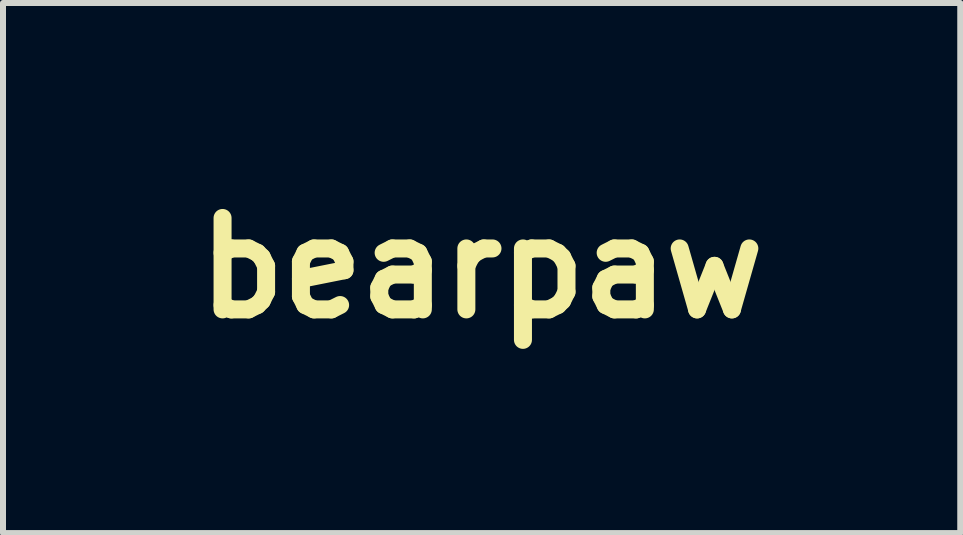
<source format=kicad_pcb>
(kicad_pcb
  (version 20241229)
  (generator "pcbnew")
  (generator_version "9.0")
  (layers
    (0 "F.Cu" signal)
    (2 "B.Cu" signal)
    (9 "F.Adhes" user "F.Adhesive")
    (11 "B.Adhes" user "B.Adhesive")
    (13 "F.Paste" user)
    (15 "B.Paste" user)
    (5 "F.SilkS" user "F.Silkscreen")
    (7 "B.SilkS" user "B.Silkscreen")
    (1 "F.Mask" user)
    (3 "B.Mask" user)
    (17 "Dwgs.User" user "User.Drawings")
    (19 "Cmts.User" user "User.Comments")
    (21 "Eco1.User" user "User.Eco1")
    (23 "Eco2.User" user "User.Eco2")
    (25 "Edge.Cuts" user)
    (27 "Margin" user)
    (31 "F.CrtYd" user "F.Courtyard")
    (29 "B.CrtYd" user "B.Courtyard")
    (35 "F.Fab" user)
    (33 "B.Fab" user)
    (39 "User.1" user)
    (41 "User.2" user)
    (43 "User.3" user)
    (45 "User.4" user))
  (footprint "bearpaw"
    (layer "F.Cu")
    (at 4.978 1.418)
    (property "Reference" "bearpaw" (at 0 0 0) (layer "F.SilkS") (effects (font (size 1.524 1.524) (thickness 0.3))))
    (attr through_hole)
    (fp_poly (pts (xy 0.605 -0.665) (xy 0.609 -0.663) (xy 0.616 -0.658) (xy 0.627 -0.651) (xy 0.634 -0.648) (xy 0.642 -0.644) (xy 0.646 -0.641) (xy 0.652 -0.636) (xy 0.657 -0.632) (xy 0.685 -0.611) (xy 0.713 -0.587) (xy 0.738 -0.562) (xy 0.761 -0.536) (xy 0.774 -0.519) (xy 0.779 -0.511) (xy 0.783 -0.506) (xy 0.784 -0.505) (xy 0.787 -0.501) (xy 0.791 -0.494) (xy 0.797 -0.483) (xy 0.8 -0.478) (xy 0.806 -0.466) (xy 0.812 -0.456) (xy 0.815 -0.449) (xy 0.816 -0.448) (xy 0.82 -0.44) (xy 0.824 -0.43) (xy 0.828 -0.42) (xy 0.831 -0.412) (xy 0.832 -0.409) (xy 0.834 -0.403) (xy 0.837 -0.399) (xy 0.84 -0.391) (xy 0.841 -0.384) (xy 0.843 -0.377) (xy 0.845 -0.373) (xy 0.847 -0.367) (xy 0.851 -0.357) (xy 0.855 -0.341) (xy 0.859 -0.322) (xy 0.859 -0.32) (xy 0.86 -0.311) (xy 0.856 -0.307) (xy 0.847 -0.306) (xy 0.835 -0.307) (xy 0.826 -0.31) (xy 0.821 -0.313) (xy 0.816 -0.315) (xy 0.808 -0.316) (xy 0.797 -0.317) (xy 0.781 -0.318) (xy 0.759 -0.318) (xy 0.758 -0.318) (xy 0.703 -0.319) (xy 0.701 -0.341) (xy 0.698 -0.372) (xy 0.694 -0.396) (xy 0.691 -0.415) (xy 0.688 -0.428) (xy 0.687 -0.429) (xy 0.684 -0.44) (xy 0.683 -0.449) (xy 0.683 -0.45) (xy 0.681 -0.459) (xy 0.678 -0.465) (xy 0.674 -0.473) (xy 0.673 -0.48) (xy 0.671 -0.488) (xy 0.668 -0.492) (xy 0.664 -0.499) (xy 0.664 -0.502) (xy 0.663 -0.506) (xy 0.662 -0.51) (xy 0.659 -0.517) (xy 0.655 -0.526) (xy 0.648 -0.539) (xy 0.644 -0.548) (xy 0.642 -0.555) (xy 0.641 -0.557) (xy 0.64 -0.561) (xy 0.638 -0.562) (xy 0.636 -0.565) (xy 0.634 -0.572) (xy 0.633 -0.573) (xy 0.631 -0.581) (xy 0.627 -0.585) (xy 0.627 -0.585) (xy 0.623 -0.59) (xy 0.622 -0.593) (xy 0.62 -0.6) (xy 0.618 -0.603) (xy 0.613 -0.609) (xy 0.613 -0.612) (xy 0.611 -0.618) (xy 0.606 -0.625) (xy 0.606 -0.625) (xy 0.602 -0.632) (xy 0.6 -0.637) (xy 0.6 -0.637) (xy 0.598 -0.641) (xy 0.597 -0.641) (xy 0.594 -0.644) (xy 0.594 -0.646) (xy 0.592 -0.652) (xy 0.589 -0.655) (xy 0.586 -0.661) (xy 0.586 -0.664) (xy 0.59 -0.666) (xy 0.598 -0.667) (xy 0.605 -0.665)) (stroke (width 0.01) (type solid)) (fill yes) (layer "F.Mask"))
    (fp_poly (pts (xy -0.891 -0.377) (xy -0.89 -0.373) (xy -0.89 -0.363) (xy -0.889 -0.349) (xy -0.889 -0.331) (xy -0.888 -0.31) (xy -0.887 -0.287) (xy -0.887 -0.285) (xy -0.887 -0.254) (xy -0.886 -0.229) (xy -0.884 -0.209) (xy -0.883 -0.194) (xy -0.881 -0.185) (xy -0.881 -0.182) (xy -0.878 -0.17) (xy -0.876 -0.159) (xy -0.876 -0.155) (xy -0.875 -0.144) (xy -0.872 -0.132) (xy -0.872 -0.131) (xy -0.869 -0.122) (xy -0.865 -0.11) (xy -0.861 -0.096) (xy -0.86 -0.095) (xy -0.856 -0.083) (xy -0.852 -0.072) (xy -0.849 -0.064) (xy -0.849 -0.064) (xy -0.846 -0.056) (xy -0.845 -0.051) (xy -0.843 -0.045) (xy -0.84 -0.042) (xy -0.836 -0.035) (xy -0.834 -0.027) (xy -0.833 -0.02) (xy -0.835 -0.016) (xy -0.84 -0.013) (xy -0.845 -0.01) (xy -0.854 -0.006) (xy -0.861 -0.004) (xy -0.863 -0.003) (xy -0.868 -0.002) (xy -0.877 0.002) (xy -0.887 0.007) (xy -0.896 0.013) (xy -0.904 0.018) (xy -0.907 0.021) (xy -0.91 0.024) (xy -0.912 0.024) (xy -0.914 0.024) (xy -0.914 0.025) (xy -0.917 0.028) (xy -0.918 0.029) (xy -0.922 0.031) (xy -0.929 0.037) (xy -0.937 0.045) (xy -0.938 0.046) (xy -0.95 0.057) (xy -0.959 0.063) (xy -0.966 0.063) (xy -0.97 0.057) (xy -0.97 0.055) (xy -0.972 0.046) (xy -0.975 0.035) (xy -0.975 0.033) (xy -0.979 0.018) (xy -0.982 -0.001) (xy -0.986 -0.023) (xy -0.99 -0.046) (xy -0.991 -0.059) (xy -0.993 -0.078) (xy -0.993 -0.098) (xy -0.992 -0.121) (xy -0.991 -0.126) (xy -0.989 -0.152) (xy -0.986 -0.174) (xy -0.983 -0.192) (xy -0.981 -0.206) (xy -0.979 -0.213) (xy -0.978 -0.214) (xy -0.976 -0.219) (xy -0.973 -0.228) (xy -0.973 -0.232) (xy -0.97 -0.242) (xy -0.967 -0.251) (xy -0.966 -0.252) (xy -0.963 -0.26) (xy -0.962 -0.265) (xy -0.96 -0.273) (xy -0.957 -0.278) (xy -0.954 -0.285) (xy -0.953 -0.289) (xy -0.95 -0.296) (xy -0.948 -0.299) (xy -0.944 -0.305) (xy -0.942 -0.312) (xy -0.939 -0.318) (xy -0.937 -0.321) (xy -0.934 -0.323) (xy -0.933 -0.327) (xy -0.931 -0.334) (xy -0.929 -0.337) (xy -0.924 -0.344) (xy -0.919 -0.353) (xy -0.914 -0.363) (xy -0.913 -0.365) (xy -0.909 -0.371) (xy -0.903 -0.375) (xy -0.897 -0.378) (xy -0.892 -0.378) (xy -0.891 -0.377)) (stroke (width 0.01) (type solid)) (fill yes) (layer "F.Mask"))
    (fp_poly (pts (xy -0.335 -1.091) (xy -0.331 -1.087) (xy -0.324 -1.079) (xy -0.315 -1.067) (xy -0.308 -1.059) (xy -0.303 -1.052) (xy -0.302 -1.051) (xy -0.296 -1.044) (xy -0.292 -1.038) (xy -0.286 -1.03) (xy -0.279 -1.02) (xy -0.272 -1.01) (xy -0.265 -1.001) (xy -0.261 -0.995) (xy -0.26 -0.995) (xy -0.257 -0.989) (xy -0.257 -0.988) (xy -0.255 -0.983) (xy -0.253 -0.982) (xy -0.249 -0.978) (xy -0.244 -0.97) (xy -0.241 -0.967) (xy -0.234 -0.956) (xy -0.226 -0.945) (xy -0.225 -0.943) (xy -0.219 -0.934) (xy -0.216 -0.928) (xy -0.216 -0.926) (xy -0.214 -0.921) (xy -0.213 -0.921) (xy -0.21 -0.918) (xy -0.208 -0.914) (xy -0.204 -0.907) (xy -0.202 -0.904) (xy -0.199 -0.899) (xy -0.194 -0.891) (xy -0.191 -0.884) (xy -0.186 -0.875) (xy -0.182 -0.869) (xy -0.181 -0.867) (xy -0.179 -0.863) (xy -0.174 -0.855) (xy -0.169 -0.844) (xy -0.162 -0.83) (xy -0.155 -0.815) (xy -0.151 -0.805) (xy -0.147 -0.794) (xy -0.145 -0.783) (xy -0.143 -0.771) (xy -0.144 -0.763) (xy -0.145 -0.758) (xy -0.145 -0.758) (xy -0.15 -0.757) (xy -0.159 -0.756) (xy -0.172 -0.755) (xy -0.182 -0.755) (xy -0.2 -0.754) (xy -0.214 -0.752) (xy -0.223 -0.749) (xy -0.224 -0.748) (xy -0.233 -0.745) (xy -0.241 -0.743) (xy -0.241 -0.743) (xy -0.246 -0.742) (xy -0.248 -0.74) (xy -0.25 -0.737) (xy -0.256 -0.734) (xy -0.264 -0.73) (xy -0.273 -0.724) (xy -0.279 -0.718) (xy -0.287 -0.711) (xy -0.293 -0.706) (xy -0.296 -0.705) (xy -0.299 -0.707) (xy -0.303 -0.713) (xy -0.305 -0.716) (xy -0.309 -0.723) (xy -0.311 -0.729) (xy -0.311 -0.73) (xy -0.312 -0.736) (xy -0.315 -0.743) (xy -0.315 -0.744) (xy -0.32 -0.757) (xy -0.325 -0.771) (xy -0.329 -0.786) (xy -0.332 -0.799) (xy -0.333 -0.808) (xy -0.333 -0.809) (xy -0.334 -0.816) (xy -0.336 -0.821) (xy -0.336 -0.821) (xy -0.338 -0.822) (xy -0.339 -0.826) (xy -0.34 -0.832) (xy -0.341 -0.841) (xy -0.342 -0.854) (xy -0.344 -0.872) (xy -0.345 -0.895) (xy -0.346 -0.912) (xy -0.347 -0.937) (xy -0.348 -0.963) (xy -0.348 -0.989) (xy -0.348 -1.014) (xy -0.347 -1.036) (xy -0.346 -1.056) (xy -0.345 -1.071) (xy -0.343 -1.083) (xy -0.341 -1.088) (xy -0.339 -1.091) (xy -0.337 -1.092) (xy -0.335 -1.091)) (stroke (width 0.01) (type solid)) (fill yes) (layer "F.Mask"))
    (fp_poly (pts (xy -0.647 -0.849) (xy -0.645 -0.844) (xy -0.643 -0.835) (xy -0.642 -0.822) (xy -0.642 -0.803) (xy -0.641 -0.779) (xy -0.641 -0.76) (xy -0.641 -0.743) (xy -0.64 -0.729) (xy -0.639 -0.719) (xy -0.638 -0.714) (xy -0.637 -0.709) (xy -0.635 -0.699) (xy -0.634 -0.685) (xy -0.633 -0.676) (xy -0.632 -0.661) (xy -0.63 -0.647) (xy -0.628 -0.636) (xy -0.627 -0.632) (xy -0.624 -0.623) (xy -0.622 -0.615) (xy -0.622 -0.615) (xy -0.621 -0.608) (xy -0.619 -0.598) (xy -0.617 -0.592) (xy -0.609 -0.568) (xy -0.602 -0.549) (xy -0.597 -0.535) (xy -0.595 -0.53) (xy -0.592 -0.523) (xy -0.591 -0.519) (xy -0.588 -0.514) (xy -0.586 -0.511) (xy -0.582 -0.505) (xy -0.581 -0.5) (xy -0.58 -0.493) (xy -0.578 -0.49) (xy -0.577 -0.487) (xy -0.58 -0.484) (xy -0.586 -0.481) (xy -0.591 -0.48) (xy -0.599 -0.478) (xy -0.603 -0.476) (xy -0.61 -0.473) (xy -0.616 -0.47) (xy -0.624 -0.466) (xy -0.633 -0.46) (xy -0.633 -0.46) (xy -0.641 -0.455) (xy -0.647 -0.452) (xy -0.648 -0.452) (xy -0.654 -0.448) (xy -0.662 -0.443) (xy -0.67 -0.436) (xy -0.677 -0.43) (xy -0.682 -0.426) (xy -0.683 -0.425) (xy -0.685 -0.421) (xy -0.689 -0.415) (xy -0.695 -0.409) (xy -0.7 -0.404) (xy -0.702 -0.403) (xy -0.706 -0.405) (xy -0.711 -0.41) (xy -0.716 -0.417) (xy -0.718 -0.424) (xy -0.719 -0.433) (xy -0.722 -0.442) (xy -0.722 -0.442) (xy -0.724 -0.447) (xy -0.726 -0.453) (xy -0.728 -0.461) (xy -0.73 -0.472) (xy -0.733 -0.487) (xy -0.736 -0.507) (xy -0.736 -0.511) (xy -0.738 -0.523) (xy -0.739 -0.54) (xy -0.739 -0.559) (xy -0.739 -0.579) (xy -0.739 -0.598) (xy -0.738 -0.615) (xy -0.737 -0.628) (xy -0.737 -0.63) (xy -0.735 -0.642) (xy -0.732 -0.657) (xy -0.73 -0.668) (xy -0.728 -0.68) (xy -0.726 -0.691) (xy -0.724 -0.697) (xy -0.72 -0.707) (xy -0.716 -0.719) (xy -0.712 -0.732) (xy -0.709 -0.742) (xy -0.709 -0.744) (xy -0.706 -0.751) (xy -0.703 -0.756) (xy -0.699 -0.762) (xy -0.699 -0.767) (xy -0.697 -0.773) (xy -0.696 -0.776) (xy -0.693 -0.78) (xy -0.688 -0.788) (xy -0.684 -0.797) (xy -0.679 -0.806) (xy -0.677 -0.813) (xy -0.676 -0.816) (xy -0.675 -0.819) (xy -0.674 -0.819) (xy -0.671 -0.822) (xy -0.666 -0.828) (xy -0.662 -0.835) (xy -0.656 -0.844) (xy -0.652 -0.849) (xy -0.65 -0.851) (xy -0.647 -0.849)) (stroke (width 0.01) (type solid)) (fill yes) (layer "F.Mask"))
    (fp_poly (pts (xy 0.127 -1.02) (xy 0.13 -1.018) (xy 0.136 -1.014) (xy 0.143 -1.013) (xy 0.151 -1.011) (xy 0.156 -1.008) (xy 0.162 -1.004) (xy 0.165 -1.003) (xy 0.172 -1.001) (xy 0.176 -0.999) (xy 0.182 -0.994) (xy 0.189 -0.992) (xy 0.195 -0.99) (xy 0.197 -0.987) (xy 0.199 -0.984) (xy 0.202 -0.983) (xy 0.215 -0.977) (xy 0.227 -0.969) (xy 0.228 -0.967) (xy 0.233 -0.963) (xy 0.236 -0.962) (xy 0.241 -0.96) (xy 0.249 -0.954) (xy 0.259 -0.946) (xy 0.271 -0.935) (xy 0.284 -0.924) (xy 0.296 -0.912) (xy 0.3 -0.909) (xy 0.315 -0.894) (xy 0.327 -0.88) (xy 0.338 -0.867) (xy 0.349 -0.853) (xy 0.361 -0.835) (xy 0.362 -0.833) (xy 0.371 -0.821) (xy 0.376 -0.812) (xy 0.38 -0.806) (xy 0.383 -0.801) (xy 0.384 -0.798) (xy 0.388 -0.792) (xy 0.39 -0.789) (xy 0.393 -0.784) (xy 0.394 -0.781) (xy 0.396 -0.774) (xy 0.398 -0.772) (xy 0.402 -0.766) (xy 0.405 -0.759) (xy 0.407 -0.75) (xy 0.411 -0.741) (xy 0.418 -0.726) (xy 0.423 -0.715) (xy 0.425 -0.707) (xy 0.425 -0.701) (xy 0.423 -0.697) (xy 0.421 -0.695) (xy 0.419 -0.693) (xy 0.416 -0.692) (xy 0.41 -0.692) (xy 0.4 -0.693) (xy 0.385 -0.695) (xy 0.383 -0.696) (xy 0.367 -0.698) (xy 0.354 -0.699) (xy 0.345 -0.699) (xy 0.342 -0.699) (xy 0.335 -0.697) (xy 0.324 -0.695) (xy 0.317 -0.694) (xy 0.305 -0.692) (xy 0.294 -0.689) (xy 0.29 -0.687) (xy 0.281 -0.683) (xy 0.275 -0.683) (xy 0.271 -0.686) (xy 0.268 -0.692) (xy 0.267 -0.7) (xy 0.265 -0.711) (xy 0.262 -0.72) (xy 0.259 -0.729) (xy 0.257 -0.74) (xy 0.256 -0.75) (xy 0.252 -0.759) (xy 0.249 -0.767) (xy 0.248 -0.773) (xy 0.246 -0.78) (xy 0.243 -0.789) (xy 0.24 -0.796) (xy 0.238 -0.801) (xy 0.238 -0.801) (xy 0.237 -0.806) (xy 0.233 -0.814) (xy 0.232 -0.817) (xy 0.228 -0.825) (xy 0.226 -0.832) (xy 0.225 -0.833) (xy 0.224 -0.838) (xy 0.222 -0.838) (xy 0.219 -0.84) (xy 0.219 -0.841) (xy 0.217 -0.848) (xy 0.213 -0.858) (xy 0.206 -0.868) (xy 0.201 -0.878) (xy 0.196 -0.887) (xy 0.191 -0.896) (xy 0.184 -0.906) (xy 0.183 -0.908) (xy 0.178 -0.916) (xy 0.175 -0.922) (xy 0.175 -0.923) (xy 0.173 -0.927) (xy 0.172 -0.927) (xy 0.169 -0.93) (xy 0.165 -0.936) (xy 0.165 -0.937) (xy 0.162 -0.943) (xy 0.159 -0.946) (xy 0.158 -0.946) (xy 0.156 -0.949) (xy 0.156 -0.951) (xy 0.154 -0.955) (xy 0.153 -0.956) (xy 0.15 -0.958) (xy 0.145 -0.965) (xy 0.141 -0.971) (xy 0.135 -0.98) (xy 0.13 -0.986) (xy 0.128 -0.988) (xy 0.124 -0.993) (xy 0.124 -0.994) (xy 0.122 -0.999) (xy 0.119 -1.001) (xy 0.115 -1.007) (xy 0.114 -1.013) (xy 0.114 -1.019) (xy 0.119 -1.022) (xy 0.119 -1.022) (xy 0.127 -1.02)) (stroke (width 0.01) (type solid)) (fill yes) (layer "F.Mask"))
    (fp_poly (pts (xy 0.778 -0.299) (xy 0.805 -0.291) (xy 0.832 -0.276) (xy 0.848 -0.265) (xy 0.86 -0.255) (xy 0.872 -0.243) (xy 0.884 -0.23) (xy 0.894 -0.217) (xy 0.901 -0.206) (xy 0.903 -0.204) (xy 0.906 -0.197) (xy 0.911 -0.19) (xy 0.911 -0.189) (xy 0.917 -0.18) (xy 0.921 -0.172) (xy 0.921 -0.171) (xy 0.925 -0.162) (xy 0.929 -0.155) (xy 0.932 -0.146) (xy 0.933 -0.139) (xy 0.935 -0.132) (xy 0.937 -0.13) (xy 0.939 -0.126) (xy 0.941 -0.119) (xy 0.942 -0.116) (xy 0.944 -0.104) (xy 0.948 -0.093) (xy 0.949 -0.092) (xy 0.951 -0.085) (xy 0.952 -0.072) (xy 0.953 -0.055) (xy 0.954 -0.036) (xy 0.954 -0.015) (xy 0.954 0.007) (xy 0.954 0.028) (xy 0.953 0.047) (xy 0.952 0.063) (xy 0.95 0.075) (xy 0.948 0.082) (xy 0.945 0.091) (xy 0.943 0.101) (xy 0.943 0.101) (xy 0.941 0.109) (xy 0.938 0.114) (xy 0.934 0.12) (xy 0.933 0.123) (xy 0.932 0.128) (xy 0.929 0.137) (xy 0.924 0.148) (xy 0.918 0.158) (xy 0.914 0.167) (xy 0.906 0.177) (xy 0.897 0.189) (xy 0.888 0.2) (xy 0.878 0.21) (xy 0.87 0.218) (xy 0.865 0.222) (xy 0.864 0.222) (xy 0.86 0.225) (xy 0.86 0.225) (xy 0.856 0.229) (xy 0.848 0.234) (xy 0.84 0.239) (xy 0.834 0.241) (xy 0.833 0.241) (xy 0.825 0.243) (xy 0.821 0.246) (xy 0.814 0.248) (xy 0.803 0.25) (xy 0.789 0.251) (xy 0.774 0.251) (xy 0.76 0.25) (xy 0.747 0.249) (xy 0.738 0.247) (xy 0.737 0.246) (xy 0.729 0.242) (xy 0.723 0.241) (xy 0.717 0.239) (xy 0.714 0.237) (xy 0.709 0.233) (xy 0.707 0.232) (xy 0.701 0.229) (xy 0.692 0.223) (xy 0.682 0.214) (xy 0.67 0.203) (xy 0.658 0.191) (xy 0.648 0.179) (xy 0.639 0.169) (xy 0.633 0.16) (xy 0.632 0.156) (xy 0.63 0.153) (xy 0.629 0.152) (xy 0.626 0.15) (xy 0.622 0.144) (xy 0.619 0.136) (xy 0.614 0.125) (xy 0.611 0.121) (xy 0.607 0.111) (xy 0.604 0.104) (xy 0.603 0.102) (xy 0.602 0.095) (xy 0.599 0.09) (xy 0.595 0.083) (xy 0.592 0.073) (xy 0.592 0.069) (xy 0.59 0.06) (xy 0.588 0.053) (xy 0.587 0.052) (xy 0.585 0.047) (xy 0.583 0.038) (xy 0.582 0.025) (xy 0.581 0.017) (xy 0.579 0.002) (xy 0.578 -0.013) (xy 0.576 -0.024) (xy 0.576 -0.028) (xy 0.575 -0.038) (xy 0.576 -0.053) (xy 0.577 -0.07) (xy 0.579 -0.088) (xy 0.581 -0.105) (xy 0.584 -0.12) (xy 0.586 -0.127) (xy 0.589 -0.139) (xy 0.592 -0.15) (xy 0.592 -0.152) (xy 0.595 -0.161) (xy 0.6 -0.174) (xy 0.607 -0.19) (xy 0.616 -0.206) (xy 0.621 -0.216) (xy 0.632 -0.233) (xy 0.648 -0.251) (xy 0.665 -0.267) (xy 0.683 -0.28) (xy 0.693 -0.285) (xy 0.722 -0.296) (xy 0.75 -0.3) (xy 0.778 -0.299)) (stroke (width 0.01) (type solid)) (fill yes) (layer "F.Mask"))
    (fp_poly (pts (xy -0.797 0.027) (xy -0.777 0.03) (xy -0.758 0.034) (xy -0.744 0.04) (xy -0.737 0.043) (xy -0.732 0.044) (xy -0.732 0.044) (xy -0.727 0.046) (xy -0.719 0.05) (xy -0.714 0.052) (xy -0.705 0.057) (xy -0.698 0.061) (xy -0.695 0.062) (xy -0.69 0.066) (xy -0.68 0.073) (xy -0.669 0.081) (xy -0.657 0.091) (xy -0.645 0.101) (xy -0.635 0.11) (xy -0.628 0.116) (xy -0.613 0.132) (xy -0.602 0.145) (xy -0.594 0.154) (xy -0.591 0.16) (xy -0.591 0.161) (xy -0.589 0.165) (xy -0.588 0.165) (xy -0.584 0.168) (xy -0.58 0.173) (xy -0.577 0.18) (xy -0.571 0.189) (xy -0.564 0.2) (xy -0.558 0.211) (xy -0.553 0.221) (xy -0.551 0.227) (xy -0.547 0.235) (xy -0.544 0.238) (xy -0.54 0.244) (xy -0.54 0.248) (xy -0.538 0.254) (xy -0.535 0.262) (xy -0.532 0.271) (xy -0.53 0.279) (xy -0.528 0.288) (xy -0.525 0.293) (xy -0.522 0.301) (xy -0.521 0.313) (xy -0.521 0.317) (xy -0.52 0.33) (xy -0.518 0.341) (xy -0.517 0.346) (xy -0.516 0.355) (xy -0.516 0.368) (xy -0.517 0.384) (xy -0.518 0.401) (xy -0.521 0.417) (xy -0.523 0.431) (xy -0.526 0.441) (xy -0.526 0.441) (xy -0.534 0.46) (xy -0.541 0.474) (xy -0.549 0.485) (xy -0.557 0.496) (xy -0.568 0.507) (xy -0.569 0.508) (xy -0.58 0.517) (xy -0.59 0.525) (xy -0.602 0.531) (xy -0.618 0.537) (xy -0.625 0.54) (xy -0.638 0.543) (xy -0.654 0.545) (xy -0.67 0.546) (xy -0.687 0.546) (xy -0.7 0.545) (xy -0.71 0.542) (xy -0.711 0.541) (xy -0.72 0.538) (xy -0.726 0.537) (xy -0.735 0.535) (xy -0.748 0.53) (xy -0.763 0.524) (xy -0.778 0.516) (xy -0.794 0.507) (xy -0.808 0.499) (xy -0.818 0.491) (xy -0.82 0.489) (xy -0.826 0.484) (xy -0.834 0.477) (xy -0.837 0.475) (xy -0.849 0.465) (xy -0.858 0.455) (xy -0.868 0.445) (xy -0.876 0.435) (xy -0.884 0.426) (xy -0.891 0.418) (xy -0.896 0.413) (xy -0.901 0.407) (xy -0.906 0.398) (xy -0.907 0.397) (xy -0.913 0.387) (xy -0.919 0.376) (xy -0.921 0.373) (xy -0.927 0.364) (xy -0.931 0.356) (xy -0.932 0.354) (xy -0.935 0.346) (xy -0.938 0.343) (xy -0.942 0.337) (xy -0.943 0.332) (xy -0.945 0.324) (xy -0.948 0.319) (xy -0.952 0.311) (xy -0.953 0.306) (xy -0.954 0.298) (xy -0.957 0.29) (xy -0.961 0.28) (xy -0.962 0.271) (xy -0.963 0.262) (xy -0.966 0.251) (xy -0.967 0.248) (xy -0.97 0.236) (xy -0.971 0.219) (xy -0.972 0.203) (xy -0.971 0.184) (xy -0.969 0.168) (xy -0.967 0.159) (xy -0.964 0.148) (xy -0.962 0.139) (xy -0.962 0.137) (xy -0.96 0.128) (xy -0.957 0.122) (xy -0.953 0.115) (xy -0.953 0.111) (xy -0.951 0.105) (xy -0.947 0.099) (xy -0.941 0.091) (xy -0.937 0.086) (xy -0.919 0.065) (xy -0.896 0.048) (xy -0.869 0.035) (xy -0.854 0.03) (xy -0.838 0.027) (xy -0.819 0.026) (xy -0.797 0.027)) (stroke (width 0.01) (type solid)) (fill yes) (layer "F.Mask"))
    (fp_poly (pts (xy 0.367 -0.674) (xy 0.394 -0.666) (xy 0.42 -0.653) (xy 0.445 -0.635) (xy 0.464 -0.617) (xy 0.476 -0.602) (xy 0.486 -0.59) (xy 0.493 -0.58) (xy 0.499 -0.57) (xy 0.505 -0.56) (xy 0.506 -0.556) (xy 0.512 -0.544) (xy 0.518 -0.532) (xy 0.522 -0.525) (xy 0.523 -0.523) (xy 0.526 -0.515) (xy 0.527 -0.509) (xy 0.529 -0.502) (xy 0.532 -0.497) (xy 0.535 -0.489) (xy 0.537 -0.482) (xy 0.538 -0.472) (xy 0.54 -0.466) (xy 0.542 -0.461) (xy 0.544 -0.453) (xy 0.546 -0.442) (xy 0.548 -0.426) (xy 0.55 -0.405) (xy 0.552 -0.379) (xy 0.552 -0.375) (xy 0.553 -0.355) (xy 0.553 -0.339) (xy 0.552 -0.325) (xy 0.551 -0.318) (xy 0.548 -0.304) (xy 0.547 -0.291) (xy 0.546 -0.283) (xy 0.545 -0.271) (xy 0.542 -0.26) (xy 0.541 -0.258) (xy 0.538 -0.248) (xy 0.537 -0.239) (xy 0.537 -0.238) (xy 0.535 -0.229) (xy 0.532 -0.224) (xy 0.528 -0.216) (xy 0.527 -0.211) (xy 0.525 -0.203) (xy 0.522 -0.199) (xy 0.518 -0.194) (xy 0.518 -0.191) (xy 0.516 -0.186) (xy 0.512 -0.176) (xy 0.506 -0.165) (xy 0.499 -0.154) (xy 0.494 -0.146) (xy 0.483 -0.133) (xy 0.471 -0.119) (xy 0.457 -0.106) (xy 0.445 -0.095) (xy 0.437 -0.089) (xy 0.428 -0.083) (xy 0.421 -0.078) (xy 0.42 -0.077) (xy 0.413 -0.074) (xy 0.409 -0.073) (xy 0.401 -0.071) (xy 0.394 -0.068) (xy 0.386 -0.066) (xy 0.374 -0.064) (xy 0.359 -0.064) (xy 0.342 -0.064) (xy 0.327 -0.065) (xy 0.314 -0.066) (xy 0.305 -0.069) (xy 0.296 -0.073) (xy 0.29 -0.076) (xy 0.289 -0.077) (xy 0.282 -0.08) (xy 0.277 -0.083) (xy 0.266 -0.089) (xy 0.253 -0.098) (xy 0.24 -0.11) (xy 0.23 -0.121) (xy 0.219 -0.132) (xy 0.212 -0.139) (xy 0.208 -0.144) (xy 0.207 -0.147) (xy 0.206 -0.147) (xy 0.205 -0.151) (xy 0.201 -0.157) (xy 0.197 -0.163) (xy 0.191 -0.172) (xy 0.187 -0.18) (xy 0.186 -0.183) (xy 0.182 -0.19) (xy 0.179 -0.194) (xy 0.175 -0.2) (xy 0.175 -0.204) (xy 0.173 -0.212) (xy 0.17 -0.217) (xy 0.166 -0.225) (xy 0.165 -0.23) (xy 0.163 -0.238) (xy 0.16 -0.243) (xy 0.157 -0.251) (xy 0.156 -0.257) (xy 0.154 -0.266) (xy 0.151 -0.276) (xy 0.151 -0.277) (xy 0.149 -0.285) (xy 0.146 -0.298) (xy 0.145 -0.311) (xy 0.145 -0.311) (xy 0.143 -0.326) (xy 0.141 -0.342) (xy 0.139 -0.354) (xy 0.138 -0.363) (xy 0.137 -0.373) (xy 0.138 -0.386) (xy 0.139 -0.402) (xy 0.141 -0.417) (xy 0.143 -0.435) (xy 0.146 -0.452) (xy 0.148 -0.466) (xy 0.151 -0.477) (xy 0.151 -0.478) (xy 0.154 -0.489) (xy 0.155 -0.497) (xy 0.156 -0.5) (xy 0.157 -0.508) (xy 0.16 -0.513) (xy 0.163 -0.52) (xy 0.166 -0.53) (xy 0.166 -0.531) (xy 0.168 -0.539) (xy 0.171 -0.543) (xy 0.172 -0.543) (xy 0.174 -0.546) (xy 0.175 -0.548) (xy 0.176 -0.553) (xy 0.18 -0.561) (xy 0.186 -0.571) (xy 0.192 -0.581) (xy 0.197 -0.59) (xy 0.202 -0.596) (xy 0.204 -0.597) (xy 0.206 -0.599) (xy 0.206 -0.601) (xy 0.209 -0.605) (xy 0.214 -0.613) (xy 0.222 -0.621) (xy 0.231 -0.63) (xy 0.24 -0.639) (xy 0.247 -0.645) (xy 0.252 -0.648) (xy 0.252 -0.648) (xy 0.257 -0.65) (xy 0.258 -0.652) (xy 0.263 -0.657) (xy 0.266 -0.657) (xy 0.273 -0.659) (xy 0.275 -0.661) (xy 0.283 -0.666) (xy 0.295 -0.67) (xy 0.31 -0.674) (xy 0.326 -0.676) (xy 0.34 -0.677) (xy 0.367 -0.674)) (stroke (width 0.01) (type solid)) (fill yes) (layer "F.Mask"))
    (fp_poly (pts (xy -0.555 -0.443) (xy -0.541 -0.441) (xy -0.537 -0.44) (xy -0.527 -0.437) (xy -0.518 -0.435) (xy -0.515 -0.435) (xy -0.508 -0.433) (xy -0.505 -0.43) (xy -0.499 -0.426) (xy -0.496 -0.425) (xy -0.49 -0.424) (xy -0.482 -0.419) (xy -0.474 -0.414) (xy -0.465 -0.409) (xy -0.458 -0.405) (xy -0.455 -0.403) (xy -0.452 -0.401) (xy -0.448 -0.397) (xy -0.441 -0.391) (xy -0.436 -0.387) (xy -0.429 -0.38) (xy -0.418 -0.37) (xy -0.407 -0.357) (xy -0.395 -0.343) (xy -0.384 -0.329) (xy -0.375 -0.317) (xy -0.368 -0.307) (xy -0.367 -0.305) (xy -0.364 -0.299) (xy -0.359 -0.291) (xy -0.359 -0.291) (xy -0.352 -0.279) (xy -0.345 -0.267) (xy -0.34 -0.257) (xy -0.337 -0.249) (xy -0.337 -0.247) (xy -0.334 -0.241) (xy -0.332 -0.238) (xy -0.328 -0.232) (xy -0.327 -0.225) (xy -0.325 -0.217) (xy -0.322 -0.213) (xy -0.319 -0.207) (xy -0.317 -0.199) (xy -0.316 -0.19) (xy -0.313 -0.183) (xy -0.309 -0.175) (xy -0.308 -0.167) (xy -0.307 -0.158) (xy -0.305 -0.146) (xy -0.303 -0.139) (xy -0.3 -0.126) (xy -0.298 -0.107) (xy -0.297 -0.085) (xy -0.297 -0.063) (xy -0.299 -0.04) (xy -0.301 -0.019) (xy -0.304 -0.003) (xy -0.304 -0.002) (xy -0.308 0.01) (xy -0.311 0.02) (xy -0.314 0.026) (xy -0.314 0.026) (xy -0.317 0.032) (xy -0.318 0.037) (xy -0.319 0.043) (xy -0.321 0.046) (xy -0.324 0.05) (xy -0.328 0.058) (xy -0.329 0.059) (xy -0.334 0.068) (xy -0.343 0.079) (xy -0.354 0.091) (xy -0.366 0.102) (xy -0.377 0.11) (xy -0.384 0.115) (xy -0.399 0.122) (xy -0.411 0.126) (xy -0.421 0.129) (xy -0.432 0.13) (xy -0.446 0.13) (xy -0.45 0.13) (xy -0.467 0.13) (xy -0.479 0.129) (xy -0.486 0.127) (xy -0.488 0.126) (xy -0.495 0.122) (xy -0.499 0.121) (xy -0.505 0.119) (xy -0.513 0.116) (xy -0.523 0.112) (xy -0.532 0.108) (xy -0.537 0.105) (xy -0.537 0.105) (xy -0.541 0.101) (xy -0.548 0.097) (xy -0.554 0.092) (xy -0.559 0.089) (xy -0.56 0.089) (xy -0.564 0.087) (xy -0.571 0.081) (xy -0.58 0.073) (xy -0.59 0.063) (xy -0.601 0.053) (xy -0.61 0.044) (xy -0.617 0.036) (xy -0.619 0.033) (xy -0.624 0.027) (xy -0.631 0.019) (xy -0.635 0.013) (xy -0.642 0.004) (xy -0.647 -0.003) (xy -0.649 -0.006) (xy -0.652 -0.012) (xy -0.657 -0.02) (xy -0.657 -0.021) (xy -0.662 -0.028) (xy -0.665 -0.035) (xy -0.665 -0.035) (xy -0.669 -0.042) (xy -0.67 -0.044) (xy -0.674 -0.051) (xy -0.675 -0.054) (xy -0.677 -0.06) (xy -0.682 -0.068) (xy -0.683 -0.07) (xy -0.687 -0.079) (xy -0.689 -0.086) (xy -0.689 -0.087) (xy -0.69 -0.093) (xy -0.693 -0.101) (xy -0.698 -0.112) (xy -0.703 -0.126) (xy -0.706 -0.139) (xy -0.708 -0.148) (xy -0.708 -0.15) (xy -0.709 -0.158) (xy -0.712 -0.168) (xy -0.713 -0.169) (xy -0.715 -0.178) (xy -0.716 -0.191) (xy -0.717 -0.208) (xy -0.718 -0.227) (xy -0.718 -0.247) (xy -0.717 -0.266) (xy -0.716 -0.283) (xy -0.715 -0.297) (xy -0.713 -0.305) (xy -0.71 -0.315) (xy -0.708 -0.325) (xy -0.708 -0.327) (xy -0.706 -0.335) (xy -0.703 -0.34) (xy -0.699 -0.346) (xy -0.699 -0.351) (xy -0.697 -0.358) (xy -0.694 -0.362) (xy -0.69 -0.367) (xy -0.689 -0.369) (xy -0.687 -0.375) (xy -0.68 -0.384) (xy -0.671 -0.395) (xy -0.66 -0.406) (xy -0.648 -0.416) (xy -0.637 -0.424) (xy -0.629 -0.429) (xy -0.619 -0.434) (xy -0.611 -0.438) (xy -0.608 -0.439) (xy -0.599 -0.442) (xy -0.586 -0.443) (xy -0.57 -0.444) (xy -0.555 -0.443)) (stroke (width 0.01) (type solid)) (fill yes) (layer "F.Mask"))
    (fp_poly (pts (xy -0.147 -0.717) (xy -0.135 -0.715) (xy -0.127 -0.713) (xy -0.127 -0.713) (xy -0.118 -0.709) (xy -0.111 -0.708) (xy -0.103 -0.706) (xy -0.098 -0.703) (xy -0.093 -0.699) (xy -0.09 -0.699) (xy -0.084 -0.696) (xy -0.075 -0.69) (xy -0.063 -0.681) (xy -0.049 -0.67) (xy -0.035 -0.658) (xy -0.022 -0.645) (xy -0.01 -0.632) (xy -0.000092 -0.621) (xy 0.006 -0.613) (xy 0.011 -0.606) (xy 0.015 -0.601) (xy 0.019 -0.595) (xy 0.019 -0.592) (xy 0.021 -0.588) (xy 0.022 -0.587) (xy 0.025 -0.585) (xy 0.029 -0.578) (xy 0.033 -0.57) (xy 0.038 -0.56) (xy 0.042 -0.553) (xy 0.045 -0.551) (xy 0.047 -0.546) (xy 0.048 -0.544) (xy 0.049 -0.537) (xy 0.052 -0.529) (xy 0.054 -0.525) (xy 0.058 -0.517) (xy 0.06 -0.51) (xy 0.06 -0.508) (xy 0.062 -0.502) (xy 0.065 -0.497) (xy 0.069 -0.489) (xy 0.07 -0.482) (xy 0.071 -0.472) (xy 0.074 -0.466) (xy 0.076 -0.459) (xy 0.078 -0.448) (xy 0.08 -0.437) (xy 0.082 -0.422) (xy 0.084 -0.404) (xy 0.086 -0.389) (xy 0.088 -0.372) (xy 0.088 -0.358) (xy 0.086 -0.342) (xy 0.086 -0.341) (xy 0.083 -0.326) (xy 0.081 -0.309) (xy 0.08 -0.297) (xy 0.078 -0.286) (xy 0.076 -0.277) (xy 0.073 -0.272) (xy 0.071 -0.266) (xy 0.07 -0.261) (xy 0.068 -0.252) (xy 0.065 -0.245) (xy 0.061 -0.236) (xy 0.058 -0.229) (xy 0.049 -0.213) (xy 0.042 -0.204) (xy 0.039 -0.199) (xy 0.038 -0.197) (xy 0.036 -0.193) (xy 0.029 -0.186) (xy 0.02 -0.177) (xy 0.01 -0.167) (xy -0.001 -0.159) (xy -0.011 -0.151) (xy -0.018 -0.147) (xy -0.021 -0.146) (xy -0.025 -0.145) (xy -0.033 -0.141) (xy -0.037 -0.14) (xy -0.047 -0.137) (xy -0.061 -0.134) (xy -0.077 -0.133) (xy -0.093 -0.133) (xy -0.108 -0.134) (xy -0.119 -0.137) (xy -0.121 -0.138) (xy -0.131 -0.142) (xy -0.14 -0.144) (xy -0.151 -0.148) (xy -0.164 -0.155) (xy -0.179 -0.163) (xy -0.191 -0.172) (xy -0.194 -0.173) (xy -0.201 -0.18) (xy -0.211 -0.189) (xy -0.222 -0.2) (xy -0.233 -0.211) (xy -0.243 -0.222) (xy -0.252 -0.231) (xy -0.258 -0.239) (xy -0.26 -0.242) (xy -0.26 -0.242) (xy -0.262 -0.246) (xy -0.266 -0.253) (xy -0.271 -0.261) (xy -0.277 -0.27) (xy -0.281 -0.278) (xy -0.283 -0.282) (xy -0.284 -0.285) (xy -0.286 -0.286) (xy -0.288 -0.288) (xy -0.291 -0.295) (xy -0.292 -0.297) (xy -0.295 -0.304) (xy -0.298 -0.308) (xy -0.299 -0.308) (xy -0.301 -0.311) (xy -0.302 -0.315) (xy -0.304 -0.324) (xy -0.306 -0.329) (xy -0.31 -0.336) (xy -0.311 -0.341) (xy -0.313 -0.349) (xy -0.316 -0.356) (xy -0.319 -0.365) (xy -0.322 -0.376) (xy -0.324 -0.383) (xy -0.326 -0.393) (xy -0.328 -0.401) (xy -0.329 -0.404) (xy -0.331 -0.41) (xy -0.332 -0.421) (xy -0.333 -0.436) (xy -0.334 -0.454) (xy -0.334 -0.474) (xy -0.334 -0.494) (xy -0.333 -0.514) (xy -0.332 -0.533) (xy -0.331 -0.549) (xy -0.33 -0.561) (xy -0.328 -0.568) (xy -0.327 -0.569) (xy -0.324 -0.575) (xy -0.324 -0.579) (xy -0.323 -0.585) (xy -0.32 -0.594) (xy -0.315 -0.606) (xy -0.311 -0.616) (xy -0.308 -0.622) (xy -0.305 -0.628) (xy -0.3 -0.636) (xy -0.298 -0.64) (xy -0.293 -0.649) (xy -0.287 -0.657) (xy -0.285 -0.658) (xy -0.279 -0.665) (xy -0.274 -0.672) (xy -0.27 -0.677) (xy -0.266 -0.679) (xy -0.262 -0.682) (xy -0.256 -0.687) (xy -0.256 -0.687) (xy -0.247 -0.695) (xy -0.237 -0.701) (xy -0.227 -0.706) (xy -0.22 -0.708) (xy -0.213 -0.71) (xy -0.208 -0.713) (xy -0.201 -0.715) (xy -0.19 -0.717) (xy -0.176 -0.717) (xy -0.161 -0.717) (xy -0.147 -0.717)) (stroke (width 0.01) (type solid)) (fill yes) (layer "F.Mask"))
    (fp_poly (pts (xy 0.134 -0.072) (xy 0.135 -0.072) (xy 0.175 -0.069) (xy 0.21 -0.063) (xy 0.242 -0.056) (xy 0.268 -0.048) (xy 0.28 -0.043) (xy 0.288 -0.039) (xy 0.294 -0.038) (xy 0.3 -0.036) (xy 0.31 -0.032) (xy 0.324 -0.024) (xy 0.341 -0.015) (xy 0.346 -0.012) (xy 0.357 -0.005) (xy 0.37 0.005) (xy 0.385 0.017) (xy 0.399 0.028) (xy 0.411 0.039) (xy 0.419 0.046) (xy 0.431 0.06) (xy 0.441 0.072) (xy 0.449 0.082) (xy 0.453 0.089) (xy 0.454 0.092) (xy 0.456 0.095) (xy 0.457 0.095) (xy 0.46 0.098) (xy 0.465 0.104) (xy 0.47 0.111) (xy 0.474 0.119) (xy 0.476 0.124) (xy 0.476 0.124) (xy 0.478 0.127) (xy 0.479 0.127) (xy 0.482 0.129) (xy 0.487 0.136) (xy 0.489 0.139) (xy 0.495 0.148) (xy 0.5 0.155) (xy 0.502 0.156) (xy 0.51 0.166) (xy 0.515 0.173) (xy 0.516 0.175) (xy 0.522 0.184) (xy 0.532 0.196) (xy 0.546 0.211) (xy 0.562 0.228) (xy 0.574 0.239) (xy 0.588 0.253) (xy 0.598 0.263) (xy 0.605 0.27) (xy 0.61 0.274) (xy 0.613 0.276) (xy 0.615 0.276) (xy 0.615 0.276) (xy 0.619 0.278) (xy 0.624 0.283) (xy 0.63 0.287) (xy 0.634 0.289) (xy 0.638 0.291) (xy 0.638 0.292) (xy 0.641 0.294) (xy 0.648 0.298) (xy 0.657 0.303) (xy 0.667 0.308) (xy 0.675 0.312) (xy 0.678 0.314) (xy 0.682 0.317) (xy 0.686 0.318) (xy 0.694 0.319) (xy 0.703 0.322) (xy 0.703 0.322) (xy 0.719 0.327) (xy 0.74 0.333) (xy 0.766 0.338) (xy 0.767 0.338) (xy 0.78 0.341) (xy 0.793 0.343) (xy 0.802 0.346) (xy 0.803 0.346) (xy 0.814 0.348) (xy 0.825 0.349) (xy 0.836 0.351) (xy 0.845 0.354) (xy 0.845 0.354) (xy 0.854 0.358) (xy 0.862 0.359) (xy 0.871 0.36) (xy 0.878 0.364) (xy 0.886 0.367) (xy 0.891 0.368) (xy 0.899 0.37) (xy 0.902 0.372) (xy 0.907 0.376) (xy 0.916 0.381) (xy 0.922 0.384) (xy 0.933 0.391) (xy 0.946 0.402) (xy 0.96 0.414) (xy 0.974 0.428) (xy 0.985 0.441) (xy 0.994 0.452) (xy 0.995 0.455) (xy 1.007 0.476) (xy 1.015 0.493) (xy 1.021 0.508) (xy 1.024 0.521) (xy 1.026 0.531) (xy 1.027 0.547) (xy 1.027 0.566) (xy 1.026 0.586) (xy 1.024 0.604) (xy 1.021 0.62) (xy 1.018 0.632) (xy 1.018 0.633) (xy 1.015 0.642) (xy 1.013 0.651) (xy 1.013 0.652) (xy 1.011 0.66) (xy 1.008 0.664) (xy 1.004 0.67) (xy 1.003 0.676) (xy 1.002 0.684) (xy 0.999 0.689) (xy 0.995 0.695) (xy 0.992 0.702) (xy 0.99 0.708) (xy 0.987 0.711) (xy 0.987 0.711) (xy 0.985 0.714) (xy 0.984 0.716) (xy 0.982 0.722) (xy 0.98 0.725) (xy 0.976 0.731) (xy 0.973 0.737) (xy 0.971 0.743) (xy 0.969 0.746) (xy 0.966 0.749) (xy 0.961 0.756) (xy 0.957 0.762) (xy 0.949 0.773) (xy 0.938 0.786) (xy 0.924 0.799) (xy 0.911 0.812) (xy 0.898 0.824) (xy 0.888 0.832) (xy 0.884 0.834) (xy 0.855 0.849) (xy 0.826 0.861) (xy 0.799 0.869) (xy 0.783 0.872) (xy 0.771 0.873) (xy 0.762 0.875) (xy 0.758 0.877) (xy 0.752 0.878) (xy 0.742 0.879) (xy 0.727 0.879) (xy 0.71 0.88) (xy 0.691 0.88) (xy 0.671 0.88) (xy 0.652 0.879) (xy 0.634 0.879) (xy 0.62 0.878) (xy 0.609 0.877) (xy 0.606 0.877) (xy 0.594 0.875) (xy 0.577 0.873) (xy 0.555 0.872) (xy 0.532 0.871) (xy 0.506 0.87) (xy 0.481 0.869) (xy 0.456 0.869) (xy 0.434 0.869) (xy 0.414 0.869) (xy 0.402 0.87) (xy 0.387 0.871) (xy 0.374 0.873) (xy 0.365 0.875) (xy 0.36 0.876) (xy 0.355 0.879) (xy 0.346 0.881) (xy 0.341 0.882) (xy 0.33 0.884) (xy 0.322 0.887) (xy 0.319 0.888) (xy 0.311 0.891) (xy 0.305 0.892) (xy 0.296 0.894) (xy 0.291 0.897) (xy 0.284 0.901) (xy 0.28 0.902) (xy 0.275 0.903) (xy 0.267 0.905) (xy 0.255 0.911) (xy 0.243 0.916) (xy 0.224 0.924) (xy 0.211 0.93) (xy 0.203 0.933) (xy 0.2 0.933) (xy 0.197 0.936) (xy 0.197 0.936) (xy 0.194 0.939) (xy 0.188 0.943) (xy 0.182 0.945) (xy 0.177 0.948) (xy 0.17 0.952) (xy 0.164 0.955) (xy 0.155 0.959) (xy 0.149 0.962) (xy 0.143 0.966) (xy 0.14 0.968) (xy 0.136 0.97) (xy 0.129 0.975) (xy 0.121 0.979) (xy 0.105 0.987) (xy 0.086 0.997) (xy 0.068 1.007) (xy 0.052 1.015) (xy 0.046 1.019) (xy 0.038 1.023) (xy 0.031 1.025) (xy 0.029 1.026) (xy 0.026 1.028) (xy 0.025 1.029) (xy 0.023 1.032) (xy 0.021 1.032) (xy 0.017 1.033) (xy 0.008 1.037) (xy -0.003 1.042) (xy -0.014 1.048) (xy -0.027 1.054) (xy -0.038 1.059) (xy -0.046 1.063) (xy -0.049 1.064) (xy -0.053 1.065) (xy -0.061 1.068) (xy -0.066 1.07) (xy -0.076 1.075) (xy -0.085 1.078) (xy -0.087 1.079) (xy -0.096 1.083) (xy -0.108 1.087) (xy -0.121 1.091) (xy -0.132 1.094) (xy -0.135 1.095) (xy -0.144 1.098) (xy -0.151 1.101) (xy -0.16 1.104) (xy -0.169 1.105) (xy -0.178 1.106) (xy -0.19 1.108) (xy -0.197 1.11) (xy -0.21 1.112) (xy -0.228 1.113) (xy -0.248 1.114) (xy -0.268 1.113) (xy -0.287 1.112) (xy -0.302 1.11) (xy -0.314 1.107) (xy -0.327 1.106) (xy -0.333 1.105) (xy -0.345 1.104) (xy -0.356 1.101) (xy -0.358 1.1) (xy -0.367 1.097) (xy -0.375 1.095) (xy -0.376 1.095) (xy -0.384 1.093) (xy -0.389 1.091) (xy -0.396 1.087) (xy -0.401 1.086) (xy -0.407 1.085) (xy -0.416 1.081) (xy -0.422 1.079) (xy -0.433 1.074) (xy -0.444 1.069) (xy -0.448 1.068) (xy -0.46 1.062) (xy -0.473 1.056) (xy -0.485 1.05) (xy -0.496 1.044) (xy -0.503 1.04) (xy -0.505 1.037) (xy -0.507 1.035) (xy -0.508 1.035) (xy -0.513 1.033) (xy -0.519 1.029) (xy -0.527 1.023) (xy -0.533 1.019) (xy -0.54 1.014) (xy -0.544 1.011) (xy -0.549 1.007) (xy -0.556 1.002) (xy -0.562 0.998) (xy -0.571 0.991) (xy -0.581 0.981) (xy -0.593 0.97) (xy -0.605 0.957) (xy -0.616 0.944) (xy -0.626 0.933) (xy -0.634 0.923) (xy -0.638 0.917) (xy -0.638 0.915) (xy -0.64 0.911) (xy -0.641 0.911) (xy -0.643 0.911) (xy -0.645 0.908) (xy -0.648 0.903) (xy -0.653 0.894) (xy -0.659 0.882) (xy -0.664 0.873) (xy -0.668 0.863) (xy -0.673 0.852) (xy -0.678 0.838) (xy -0.681 0.829) (xy -0.685 0.817) (xy -0.687 0.807) (xy -0.689 0.794) (xy -0.689 0.777) (xy -0.689 0.773) (xy -0.688 0.753) (xy -0.687 0.739) (xy -0.685 0.73) (xy -0.684 0.73) (xy -0.68 0.72) (xy -0.678 0.711) (xy -0.674 0.701) (xy -0.668 0.688) (xy -0.659 0.674) (xy -0.65 0.661) (xy -0.645 0.655) (xy -0.639 0.648) (xy -0.635 0.643) (xy -0.635 0.641) (xy -0.633 0.638) (xy -0.626 0.632) (xy -0.617 0.622) (xy -0.604 0.611) (xy -0.59 0.599) (xy -0.576 0.586) (xy -0.561 0.574) (xy -0.547 0.562) (xy -0.534 0.552) (xy -0.533 0.552) (xy -0.524 0.545) (xy -0.518 0.539) (xy -0.514 0.536) (xy -0.514 0.536) (xy -0.511 0.534) (xy -0.504 0.528) (xy -0.495 0.521) (xy -0.491 0.517) (xy -0.48 0.509) (xy -0.47 0.502) (xy -0.464 0.497) (xy -0.463 0.496) (xy -0.444 0.477) (xy -0.429 0.462) (xy -0.418 0.451) (xy -0.409 0.441) (xy -0.403 0.434) (xy -0.399 0.429) (xy -0.393 0.42) (xy -0.389 0.414) (xy -0.387 0.413) (xy -0.385 0.409) (xy -0.383 0.404) (xy -0.38 0.398) (xy -0.378 0.397) (xy -0.375 0.394) (xy -0.375 0.39) (xy -0.373 0.382) (xy -0.37 0.373) (xy -0.368 0.37) (xy -0.364 0.36) (xy -0.362 0.351) (xy -0.362 0.349) (xy -0.361 0.34) (xy -0.358 0.33) (xy -0.357 0.329) (xy -0.355 0.319) (xy -0.353 0.306) (xy -0.352 0.293) (xy -0.352 0.278) (xy -0.351 0.264) (xy -0.349 0.252) (xy -0.349 0.252) (xy -0.347 0.242) (xy -0.345 0.227) (xy -0.344 0.212) (xy -0.343 0.208) (xy -0.341 0.195) (xy -0.339 0.185) (xy -0.337 0.178) (xy -0.337 0.177) (xy -0.334 0.171) (xy -0.333 0.164) (xy -0.332 0.156) (xy -0.328 0.146) (xy -0.327 0.144) (xy -0.323 0.135) (xy -0.321 0.129) (xy -0.321 0.128) (xy -0.319 0.124) (xy -0.318 0.124) (xy -0.315 0.121) (xy -0.312 0.116) (xy -0.306 0.107) (xy -0.296 0.095) (xy -0.284 0.081) (xy -0.269 0.067) (xy -0.262 0.061) (xy -0.254 0.054) (xy -0.243 0.046) (xy -0.231 0.038) (xy -0.22 0.031) (xy -0.211 0.025) (xy -0.205 0.022) (xy -0.204 0.022) (xy -0.2 0.02) (xy -0.2 0.019) (xy -0.197 0.016) (xy -0.191 0.013) (xy -0.191 0.013) (xy -0.184 0.01) (xy -0.181 0.007) (xy -0.181 0.007) (xy -0.178 0.004) (xy -0.175 0.003) (xy -0.169 0.002) (xy -0.166 -0.000055) (xy -0.162 -0.003) (xy -0.154 -0.008) (xy -0.143 -0.014) (xy -0.143 -0.014) (xy -0.118 -0.027) (xy -0.099 -0.036) (xy -0.085 -0.043) (xy -0.074 -0.047) (xy -0.068 -0.048) (xy -0.062 -0.049) (xy -0.055 -0.052) (xy -0.046 -0.055) (xy -0.035 -0.058) (xy -0.03 -0.058) (xy -0.019 -0.06) (xy -0.008 -0.063) (xy -0.005 -0.064) (xy 0.004 -0.066) (xy 0.019 -0.068) (xy 0.037 -0.07) (xy 0.057 -0.071) (xy 0.078 -0.072) (xy 0.099 -0.073) (xy 0.118 -0.073) (xy 0.134 -0.072)) (stroke (width 0.01) (type solid)) (fill yes) (layer "F.Mask")))
  (gr_rect
    (start -3 -3)
    (end 12.957 5.836)
    (stroke (width 0.1) (type default))
    (fill no)
    (layer "Edge.Cuts")))
</source>
